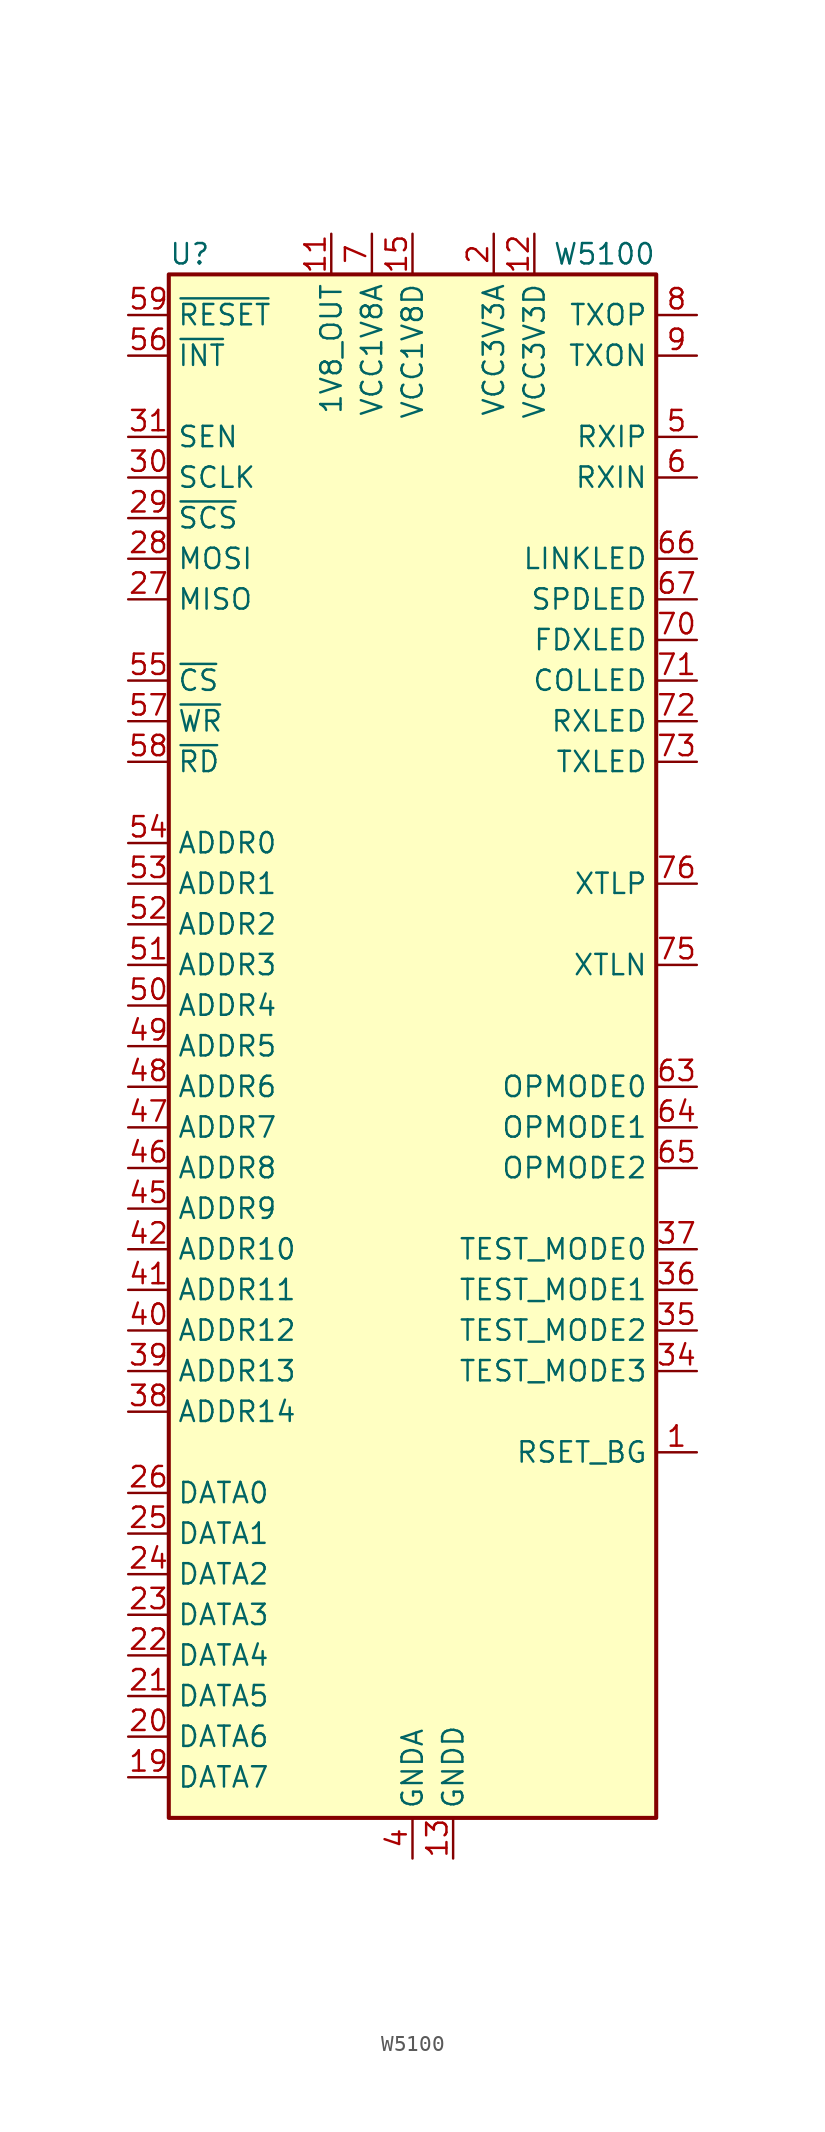
<source format=kicad_sym>
(kicad_symbol_lib
  (version 20211014)
  (generator kicad_symbol_editor)
  (symbol "W5100"
    (property "Reference" "U"
      (at -15.24 49.53 0)
      (effects (font (size 1.27 1.27)) (justify left)))
    (property "Value" "W5100"
      (at 15.24 49.53 0)
      (effects (font (size 1.27 1.27)) (justify right)))
    (symbol "W5100_0_1"
      (rectangle (start -15.24 48.26) (end 15.24 -48.26) (stroke (width 0.254) (type default) (color 0 0 0 0)) (fill (type background))))
    (symbol "W5100_1_1"
      (pin output line (at 17.78 -25.4 180) (length 2.54) (name "RSET_BG" (effects (font (size 1.27 1.27)))) (number "1" (effects (font (size 1.27 1.27)))))
      (pin passive line (at 0 -50.8 90) (length 2.54) hide (name "GNDA" (effects (font (size 1.27 1.27)))) (number "10" (effects (font (size 1.27 1.27)))))
      (pin power_out line (at -5.08 50.8 270) (length 2.54) (name "1V8_OUT" (effects (font (size 1.27 1.27)))) (number "11" (effects (font (size 1.27 1.27)))))
      (pin power_in line (at 7.62 50.8 270) (length 2.54) (name "VCC3V3D" (effects (font (size 1.27 1.27)))) (number "12" (effects (font (size 1.27 1.27)))))
      (pin power_in line (at 2.54 -50.8 90) (length 2.54) (name "GNDD" (effects (font (size 1.27 1.27)))) (number "13" (effects (font (size 1.27 1.27)))))
      (pin passive line (at 2.54 -50.8 90) (length 2.54) hide (name "GNDD" (effects (font (size 1.27 1.27)))) (number "14" (effects (font (size 1.27 1.27)))))
      (pin power_in line (at 0 50.8 270) (length 2.54) (name "VCC1V8D" (effects (font (size 1.27 1.27)))) (number "15" (effects (font (size 1.27 1.27)))))
      (pin passive line (at 0 50.8 270) (length 2.54) hide (name "VCC1V8D" (effects (font (size 1.27 1.27)))) (number "16" (effects (font (size 1.27 1.27)))))
      (pin passive line (at 2.54 -50.8 90) (length 2.54) hide (name "GNDD" (effects (font (size 1.27 1.27)))) (number "17" (effects (font (size 1.27 1.27)))))
      (pin passive line (at 7.62 50.8 270) (length 2.54) hide (name "VCC3V3D" (effects (font (size 1.27 1.27)))) (number "18" (effects (font (size 1.27 1.27)))))
      (pin bidirectional line (at -17.78 -45.72 0) (length 2.54) (name "DATA7" (effects (font (size 1.27 1.27)))) (number "19" (effects (font (size 1.27 1.27)))))
      (pin power_in line (at 5.08 50.8 270) (length 2.54) (name "VCC3V3A" (effects (font (size 1.27 1.27)))) (number "2" (effects (font (size 1.27 1.27)))))
      (pin bidirectional line (at -17.78 -43.18 0) (length 2.54) (name "DATA6" (effects (font (size 1.27 1.27)))) (number "20" (effects (font (size 1.27 1.27)))))
      (pin bidirectional line (at -17.78 -40.64 0) (length 2.54) (name "DATA5" (effects (font (size 1.27 1.27)))) (number "21" (effects (font (size 1.27 1.27)))))
      (pin bidirectional line (at -17.78 -38.1 0) (length 2.54) (name "DATA4" (effects (font (size 1.27 1.27)))) (number "22" (effects (font (size 1.27 1.27)))))
      (pin bidirectional line (at -17.78 -35.56 0) (length 2.54) (name "DATA3" (effects (font (size 1.27 1.27)))) (number "23" (effects (font (size 1.27 1.27)))))
      (pin bidirectional line (at -17.78 -33.02 0) (length 2.54) (name "DATA2" (effects (font (size 1.27 1.27)))) (number "24" (effects (font (size 1.27 1.27)))))
      (pin bidirectional line (at -17.78 -30.48 0) (length 2.54) (name "DATA1" (effects (font (size 1.27 1.27)))) (number "25" (effects (font (size 1.27 1.27)))))
      (pin bidirectional line (at -17.78 -27.94 0) (length 2.54) (name "DATA0" (effects (font (size 1.27 1.27)))) (number "26" (effects (font (size 1.27 1.27)))))
      (pin output line (at -17.78 27.94 0) (length 2.54) (name "MISO" (effects (font (size 1.27 1.27)))) (number "27" (effects (font (size 1.27 1.27)))))
      (pin input line (at -17.78 30.48 0) (length 2.54) (name "MOSI" (effects (font (size 1.27 1.27)))) (number "28" (effects (font (size 1.27 1.27)))))
      (pin input line (at -17.78 33.02 0) (length 2.54) (name "~{SCS}" (effects (font (size 1.27 1.27)))) (number "29" (effects (font (size 1.27 1.27)))))
      (pin no_connect line (at 15.24 -30.48 180) (length 2.54) hide (name "NC" (effects (font (size 1.27 1.27)))) (number "3" (effects (font (size 1.27 1.27)))))
      (pin input line (at -17.78 35.56 0) (length 2.54) (name "SCLK" (effects (font (size 1.27 1.27)))) (number "30" (effects (font (size 1.27 1.27)))))
      (pin input line (at -17.78 38.1 0) (length 2.54) (name "SEN" (effects (font (size 1.27 1.27)))) (number "31" (effects (font (size 1.27 1.27)))))
      (pin passive line (at 2.54 -50.8 90) (length 2.54) hide (name "GNDD" (effects (font (size 1.27 1.27)))) (number "32" (effects (font (size 1.27 1.27)))))
      (pin passive line (at 0 50.8 270) (length 2.54) hide (name "VCC1V8D" (effects (font (size 1.27 1.27)))) (number "33" (effects (font (size 1.27 1.27)))))
      (pin input line (at 17.78 -20.32 180) (length 2.54) (name "TEST_MODE3" (effects (font (size 1.27 1.27)))) (number "34" (effects (font (size 1.27 1.27)))))
      (pin input line (at 17.78 -17.78 180) (length 2.54) (name "TEST_MODE2" (effects (font (size 1.27 1.27)))) (number "35" (effects (font (size 1.27 1.27)))))
      (pin input line (at 17.78 -15.24 180) (length 2.54) (name "TEST_MODE1" (effects (font (size 1.27 1.27)))) (number "36" (effects (font (size 1.27 1.27)))))
      (pin input line (at 17.78 -12.7 180) (length 2.54) (name "TEST_MODE0" (effects (font (size 1.27 1.27)))) (number "37" (effects (font (size 1.27 1.27)))))
      (pin input line (at -17.78 -22.86 0) (length 2.54) (name "ADDR14" (effects (font (size 1.27 1.27)))) (number "38" (effects (font (size 1.27 1.27)))))
      (pin input line (at -17.78 -20.32 0) (length 2.54) (name "ADDR13" (effects (font (size 1.27 1.27)))) (number "39" (effects (font (size 1.27 1.27)))))
      (pin power_in line (at 0 -50.8 90) (length 2.54) (name "GNDA" (effects (font (size 1.27 1.27)))) (number "4" (effects (font (size 1.27 1.27)))))
      (pin input line (at -17.78 -17.78 0) (length 2.54) (name "ADDR12" (effects (font (size 1.27 1.27)))) (number "40" (effects (font (size 1.27 1.27)))))
      (pin input line (at -17.78 -15.24 0) (length 2.54) (name "ADDR11" (effects (font (size 1.27 1.27)))) (number "41" (effects (font (size 1.27 1.27)))))
      (pin input line (at -17.78 -12.7 0) (length 2.54) (name "ADDR10" (effects (font (size 1.27 1.27)))) (number "42" (effects (font (size 1.27 1.27)))))
      (pin passive line (at 2.54 -50.8 90) (length 2.54) hide (name "GNDD" (effects (font (size 1.27 1.27)))) (number "43" (effects (font (size 1.27 1.27)))))
      (pin passive line (at 7.62 50.8 270) (length 2.54) hide (name "VCC3V3D" (effects (font (size 1.27 1.27)))) (number "44" (effects (font (size 1.27 1.27)))))
      (pin input line (at -17.78 -10.16 0) (length 2.54) (name "ADDR9" (effects (font (size 1.27 1.27)))) (number "45" (effects (font (size 1.27 1.27)))))
      (pin input line (at -17.78 -7.62 0) (length 2.54) (name "ADDR8" (effects (font (size 1.27 1.27)))) (number "46" (effects (font (size 1.27 1.27)))))
      (pin input line (at -17.78 -5.08 0) (length 2.54) (name "ADDR7" (effects (font (size 1.27 1.27)))) (number "47" (effects (font (size 1.27 1.27)))))
      (pin input line (at -17.78 -2.54 0) (length 2.54) (name "ADDR6" (effects (font (size 1.27 1.27)))) (number "48" (effects (font (size 1.27 1.27)))))
      (pin input line (at -17.78 0 0) (length 2.54) (name "ADDR5" (effects (font (size 1.27 1.27)))) (number "49" (effects (font (size 1.27 1.27)))))
      (pin input line (at 17.78 38.1 180) (length 2.54) (name "RXIP" (effects (font (size 1.27 1.27)))) (number "5" (effects (font (size 1.27 1.27)))))
      (pin input line (at -17.78 2.54 0) (length 2.54) (name "ADDR4" (effects (font (size 1.27 1.27)))) (number "50" (effects (font (size 1.27 1.27)))))
      (pin input line (at -17.78 5.08 0) (length 2.54) (name "ADDR3" (effects (font (size 1.27 1.27)))) (number "51" (effects (font (size 1.27 1.27)))))
      (pin input line (at -17.78 7.62 0) (length 2.54) (name "ADDR2" (effects (font (size 1.27 1.27)))) (number "52" (effects (font (size 1.27 1.27)))))
      (pin input line (at -17.78 10.16 0) (length 2.54) (name "ADDR1" (effects (font (size 1.27 1.27)))) (number "53" (effects (font (size 1.27 1.27)))))
      (pin input line (at -17.78 12.7 0) (length 2.54) (name "ADDR0" (effects (font (size 1.27 1.27)))) (number "54" (effects (font (size 1.27 1.27)))))
      (pin input line (at -17.78 22.86 0) (length 2.54) (name "~{CS}" (effects (font (size 1.27 1.27)))) (number "55" (effects (font (size 1.27 1.27)))))
      (pin output line (at -17.78 43.18 0) (length 2.54) (name "~{INT}" (effects (font (size 1.27 1.27)))) (number "56" (effects (font (size 1.27 1.27)))))
      (pin input line (at -17.78 20.32 0) (length 2.54) (name "~{WR}" (effects (font (size 1.27 1.27)))) (number "57" (effects (font (size 1.27 1.27)))))
      (pin input line (at -17.78 17.78 0) (length 2.54) (name "~{RD}" (effects (font (size 1.27 1.27)))) (number "58" (effects (font (size 1.27 1.27)))))
      (pin input line (at -17.78 45.72 0) (length 2.54) (name "~{RESET}" (effects (font (size 1.27 1.27)))) (number "59" (effects (font (size 1.27 1.27)))))
      (pin input line (at 17.78 35.56 180) (length 2.54) (name "RXIN" (effects (font (size 1.27 1.27)))) (number "6" (effects (font (size 1.27 1.27)))))
      (pin no_connect line (at 15.24 -33.02 180) (length 2.54) hide (name "NC" (effects (font (size 1.27 1.27)))) (number "60" (effects (font (size 1.27 1.27)))))
      (pin no_connect line (at 15.24 -35.56 180) (length 2.54) hide (name "NC" (effects (font (size 1.27 1.27)))) (number "61" (effects (font (size 1.27 1.27)))))
      (pin no_connect line (at 15.24 -38.1 180) (length 2.54) hide (name "NC" (effects (font (size 1.27 1.27)))) (number "62" (effects (font (size 1.27 1.27)))))
      (pin input line (at 17.78 -2.54 180) (length 2.54) (name "OPMODE0" (effects (font (size 1.27 1.27)))) (number "63" (effects (font (size 1.27 1.27)))))
      (pin input line (at 17.78 -5.08 180) (length 2.54) (name "OPMODE1" (effects (font (size 1.27 1.27)))) (number "64" (effects (font (size 1.27 1.27)))))
      (pin input line (at 17.78 -7.62 180) (length 2.54) (name "OPMODE2" (effects (font (size 1.27 1.27)))) (number "65" (effects (font (size 1.27 1.27)))))
      (pin output line (at 17.78 30.48 180) (length 2.54) (name "LINKLED" (effects (font (size 1.27 1.27)))) (number "66" (effects (font (size 1.27 1.27)))))
      (pin output line (at 17.78 27.94 180) (length 2.54) (name "SPDLED" (effects (font (size 1.27 1.27)))) (number "67" (effects (font (size 1.27 1.27)))))
      (pin passive line (at 2.54 -50.8 90) (length 2.54) hide (name "GNDD" (effects (font (size 1.27 1.27)))) (number "68" (effects (font (size 1.27 1.27)))))
      (pin passive line (at 0 50.8 270) (length 2.54) hide (name "VCC1V8D" (effects (font (size 1.27 1.27)))) (number "69" (effects (font (size 1.27 1.27)))))
      (pin power_in line (at -2.54 50.8 270) (length 2.54) (name "VCC1V8A" (effects (font (size 1.27 1.27)))) (number "7" (effects (font (size 1.27 1.27)))))
      (pin output line (at 17.78 25.4 180) (length 2.54) (name "FDXLED" (effects (font (size 1.27 1.27)))) (number "70" (effects (font (size 1.27 1.27)))))
      (pin output line (at 17.78 22.86 180) (length 2.54) (name "COLLED" (effects (font (size 1.27 1.27)))) (number "71" (effects (font (size 1.27 1.27)))))
      (pin output line (at 17.78 20.32 180) (length 2.54) (name "RXLED" (effects (font (size 1.27 1.27)))) (number "72" (effects (font (size 1.27 1.27)))))
      (pin output line (at 17.78 17.78 180) (length 2.54) (name "TXLED" (effects (font (size 1.27 1.27)))) (number "73" (effects (font (size 1.27 1.27)))))
      (pin passive line (at -2.54 50.8 270) (length 2.54) hide (name "VCC1V8A" (effects (font (size 1.27 1.27)))) (number "74" (effects (font (size 1.27 1.27)))))
      (pin input line (at 17.78 5.08 180) (length 2.54) (name "XTLN" (effects (font (size 1.27 1.27)))) (number "75" (effects (font (size 1.27 1.27)))))
      (pin output line (at 17.78 10.16 180) (length 2.54) (name "XTLP" (effects (font (size 1.27 1.27)))) (number "76" (effects (font (size 1.27 1.27)))))
      (pin passive line (at 0 -50.8 90) (length 2.54) hide (name "GNDA" (effects (font (size 1.27 1.27)))) (number "77" (effects (font (size 1.27 1.27)))))
      (pin no_connect line (at 15.24 -40.64 180) (length 2.54) hide (name "NC" (effects (font (size 1.27 1.27)))) (number "78" (effects (font (size 1.27 1.27)))))
      (pin no_connect line (at 15.24 -43.18 180) (length 2.54) hide (name "NC" (effects (font (size 1.27 1.27)))) (number "79" (effects (font (size 1.27 1.27)))))
      (pin output line (at 17.78 45.72 180) (length 2.54) (name "TXOP" (effects (font (size 1.27 1.27)))) (number "8" (effects (font (size 1.27 1.27)))))
      (pin no_connect line (at 15.24 -45.72 180) (length 2.54) hide (name "NC" (effects (font (size 1.27 1.27)))) (number "80" (effects (font (size 1.27 1.27)))))
      (pin output line (at 17.78 43.18 180) (length 2.54) (name "TXON" (effects (font (size 1.27 1.27)))) (number "9" (effects (font (size 1.27 1.27))))))))
</source>
